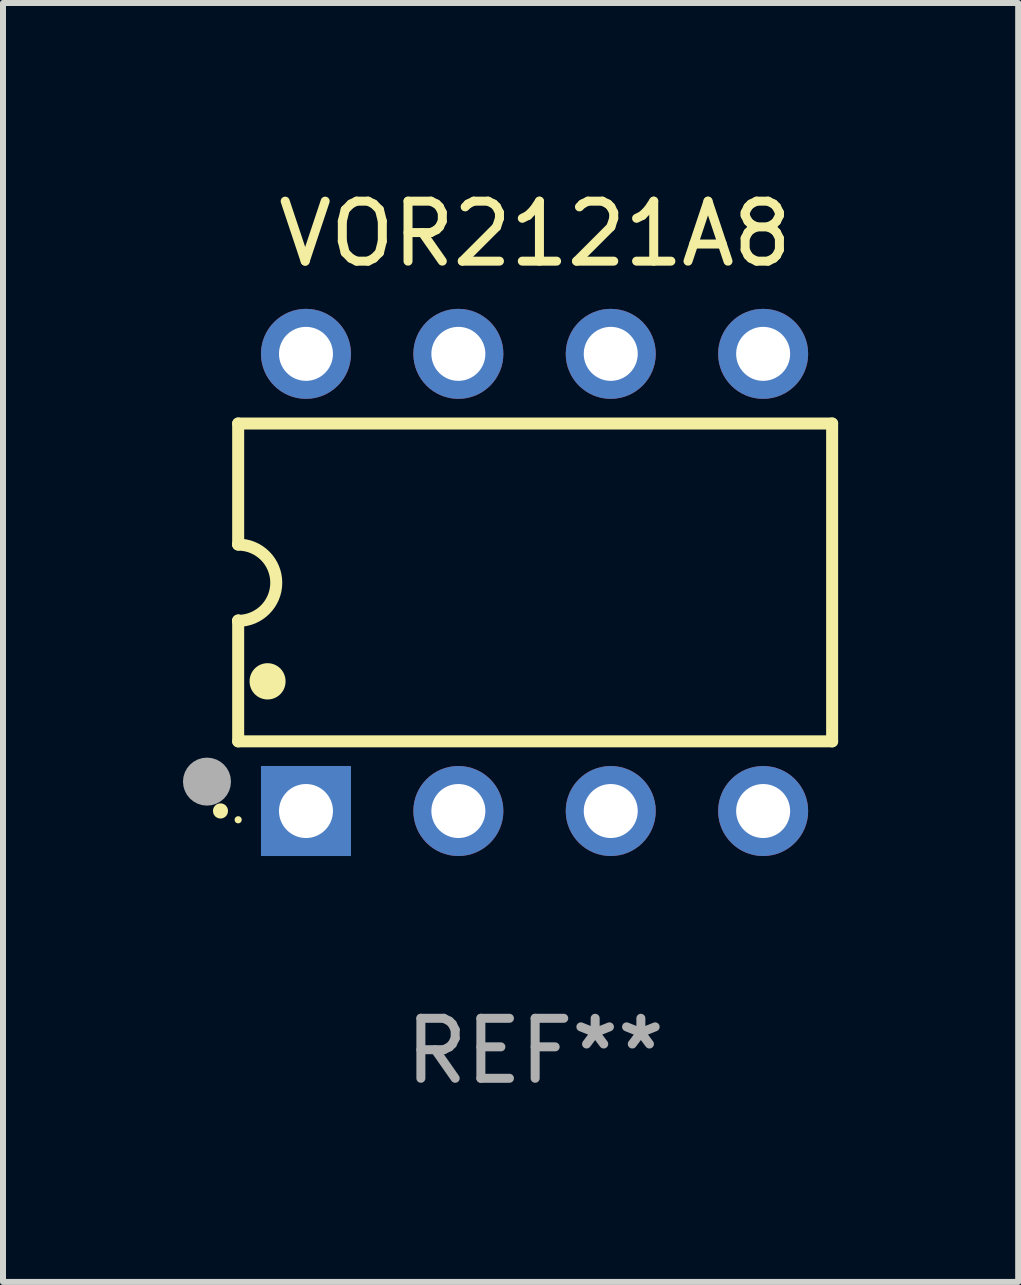
<source format=kicad_pcb>
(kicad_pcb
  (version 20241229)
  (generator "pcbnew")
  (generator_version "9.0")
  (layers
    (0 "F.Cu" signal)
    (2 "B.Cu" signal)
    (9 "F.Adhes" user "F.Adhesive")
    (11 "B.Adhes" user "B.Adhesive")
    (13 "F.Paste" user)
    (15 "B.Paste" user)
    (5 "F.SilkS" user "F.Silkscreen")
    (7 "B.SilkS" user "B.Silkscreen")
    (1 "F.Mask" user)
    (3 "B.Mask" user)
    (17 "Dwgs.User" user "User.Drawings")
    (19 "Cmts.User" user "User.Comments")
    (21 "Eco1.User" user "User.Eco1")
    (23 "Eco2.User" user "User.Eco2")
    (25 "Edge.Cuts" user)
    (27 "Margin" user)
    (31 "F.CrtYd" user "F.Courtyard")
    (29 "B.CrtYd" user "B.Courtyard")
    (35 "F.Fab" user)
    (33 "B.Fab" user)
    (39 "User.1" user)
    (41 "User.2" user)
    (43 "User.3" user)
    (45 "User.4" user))
  (footprint "VOR2121A8"
    (layer "F.Cu")
    (at 5.87 6.658)
    (property "Reference" "VOR2121A8" (at 0 -5.81 0) (layer "F.SilkS") (effects (font (size 1 1) (thickness 0.15))))
    (attr through_hole)
    (fp_line (start -4.95 -2.649) (end 4.95 -2.649) (stroke (width 0.2) (type solid)) (layer "F.SilkS"))
    (fp_line (start -4.95 -0.635) (end -4.95 -2.649) (stroke (width 0.2) (type solid)) (layer "F.SilkS"))
    (fp_line (start -4.95 0.635) (end -4.95 0.64) (stroke (width 0.2) (type solid)) (layer "F.SilkS"))
    (fp_line (start -4.95 2.649) (end -4.95 0.635) (stroke (width 0.2) (type solid)) (layer "F.SilkS"))
    (fp_line (start -4.95 -0.64) (end -4.95 -0.635) (stroke (width 0.2) (type solid)) (layer "F.SilkS"))
    (fp_line (start 4.95 -2.649) (end 4.95 2.649) (stroke (width 0.2) (type solid)) (layer "F.SilkS"))
    (fp_line (start 4.95 2.649) (end -4.95 2.649) (stroke (width 0.2) (type solid)) (layer "F.SilkS"))
    (fp_arc (start -5.24511 3.810008) (mid -5.245117 3.808738) (end -5.24511 3.807468) (stroke (width 0.25) (type solid)) (layer "F.SilkS"))
    (fp_arc (start -4.950165 -0.629997) (mid -4.315164 0.005004) (end -4.950165 0.640005) (stroke (width 0.2) (type solid)) (layer "F.SilkS"))
    (fp_arc (start -4.460249 1.651003) (mid -4.46026 1.648463) (end -4.460249 1.645923) (stroke (width 0.6) (type solid)) (layer "F.SilkS"))
    (fp_circle (center -4.95 3.956) (end -4.92 3.956) (stroke (width 0.06) (type solid)) (fill no) (layer "F.SilkS"))
    (fp_circle (center -5.47 3.32) (end -5.27 3.32) (stroke (width 0.4) (type solid)) (fill no) (layer "F.Fab"))
    (fp_text user "REF**" (at 0 7.81 0) (layer "F.Fab") (effects (font (size 1 1) (thickness 0.15))))
    (pad "1" thru_hole rect (at -3.82 3.81) (size 1.5 1.5) (drill 0.9) (layers "*.Cu" "*.Mask"))
    (pad "2" thru_hole circle (at -1.28 3.81) (size 1.5 1.5) (drill 0.9) (layers "*.Cu" "*.Mask"))
    (pad "3" thru_hole circle (at 1.26 3.81) (size 1.5 1.5) (drill 0.9) (layers "*.Cu" "*.Mask"))
    (pad "4" thru_hole circle (at 3.8 3.81) (size 1.5 1.5) (drill 0.9) (layers "*.Cu" "*.Mask"))
    (pad "5" thru_hole circle (at 3.8 -3.81) (size 1.5 1.5) (drill 0.9) (layers "*.Cu" "*.Mask"))
    (pad "6" thru_hole circle (at 1.26 -3.81) (size 1.5 1.5) (drill 0.9) (layers "*.Cu" "*.Mask"))
    (pad "7" thru_hole circle (at -1.28 -3.81) (size 1.5 1.5) (drill 0.9) (layers "*.Cu" "*.Mask"))
    (pad "8" thru_hole circle (at -3.82 -3.81) (size 1.5 1.5) (drill 0.9) (layers "*.Cu" "*.Mask")))
  (gr_rect
    (start -3 -3)
    (end 13.921 18.317)
    (stroke (width 0.1) (type default))
    (fill no)
    (layer "Edge.Cuts")))
</source>
